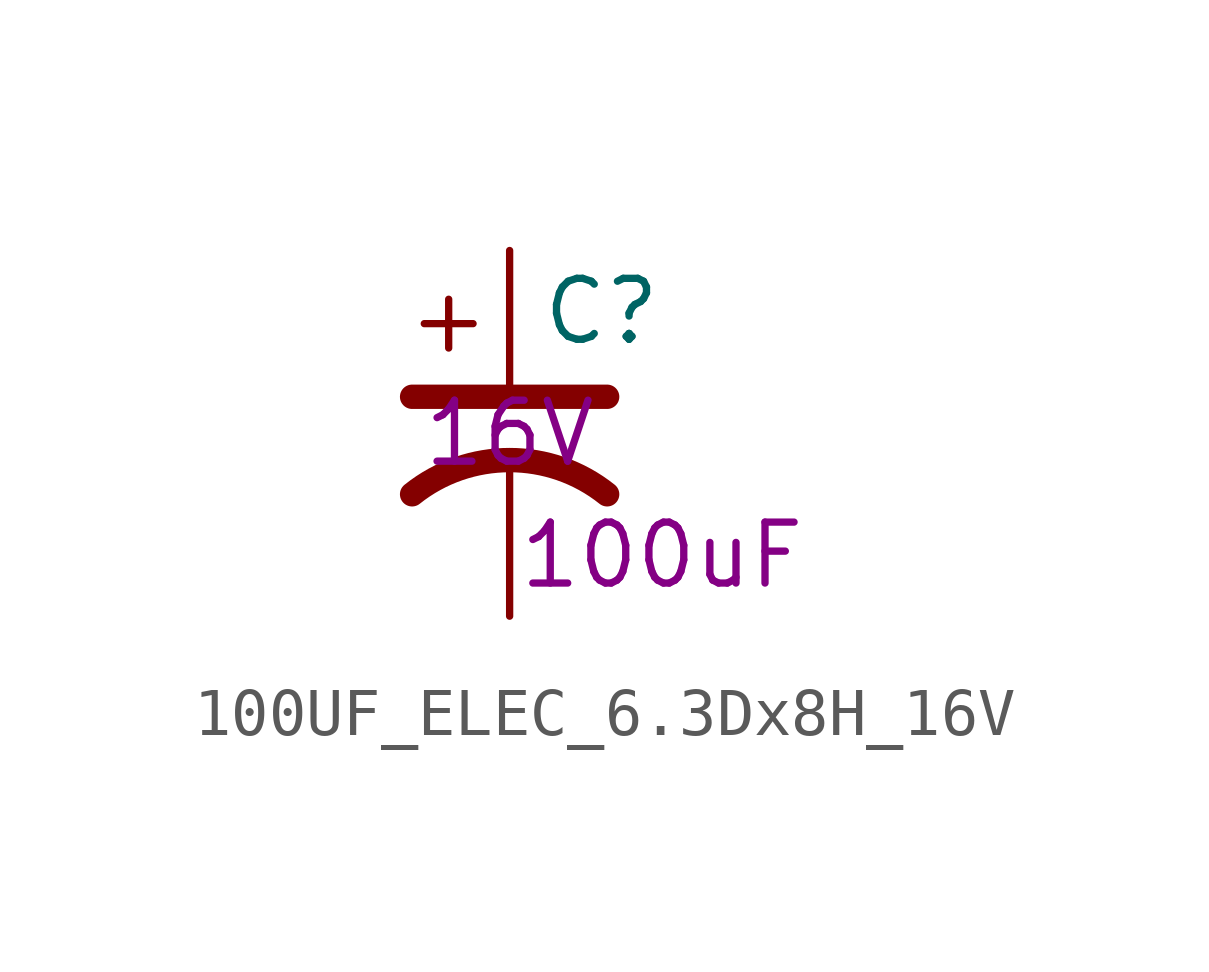
<source format=kicad_sym>
(kicad_symbol_lib
  (version 20211014)
  (generator kicad_symbol_editor)
  (symbol "100UF_ELEC_6.3Dx8H_16V"
    (pin_numbers hide)
    (pin_names
      (offset 0.254) hide)
    (property "Reference" "C"
      (at 0.635 2.54 0)
      (effects (font (size 1.27 1.27)) (justify left)))
    (property "Capacitance" "100uF"
      (at 3.175 -2.54 0)
      (effects (font (size 1.27 1.27))))
    (property "Voltage Rating" "16V"
      (at 0 0 0)
      (effects (font (size 1.27 1.27))))
    (symbol "100UF_ELEC_6.3Dx8H_16V_0_1"
      (polyline (pts (xy -2.032 0.762) (xy 2.032 0.762)) (stroke (width 0.508) (type default) (color 0 0 0 0)) (fill (type none)))
      (polyline (pts (xy -1.778 2.286) (xy -0.762 2.286)) (stroke (width 0) (type default) (color 0 0 0 0)) (fill (type none)))
      (polyline (pts (xy -1.27 1.778) (xy -1.27 2.794)) (stroke (width 0) (type default) (color 0 0 0 0)) (fill (type none)))
      (arc (start 2.032 -1.27) (mid 0 -0.5572) (end -2.032 -1.27) (stroke (width 0.508) (type default) (color 0 0 0 0)) (fill (type none))))
    (symbol "100UF_ELEC_6.3Dx8H_16V_1_1"
      (pin passive line (at 0 3.81 270) (length 2.794) (name "~" (effects (font (size 1.27 1.27)))) (number "1" (effects (font (size 1.27 1.27)))))
      (pin passive line (at 0 -3.81 90) (length 3.302) (name "~" (effects (font (size 1.27 1.27)))) (number "2" (effects (font (size 1.27 1.27))))))))
</source>
